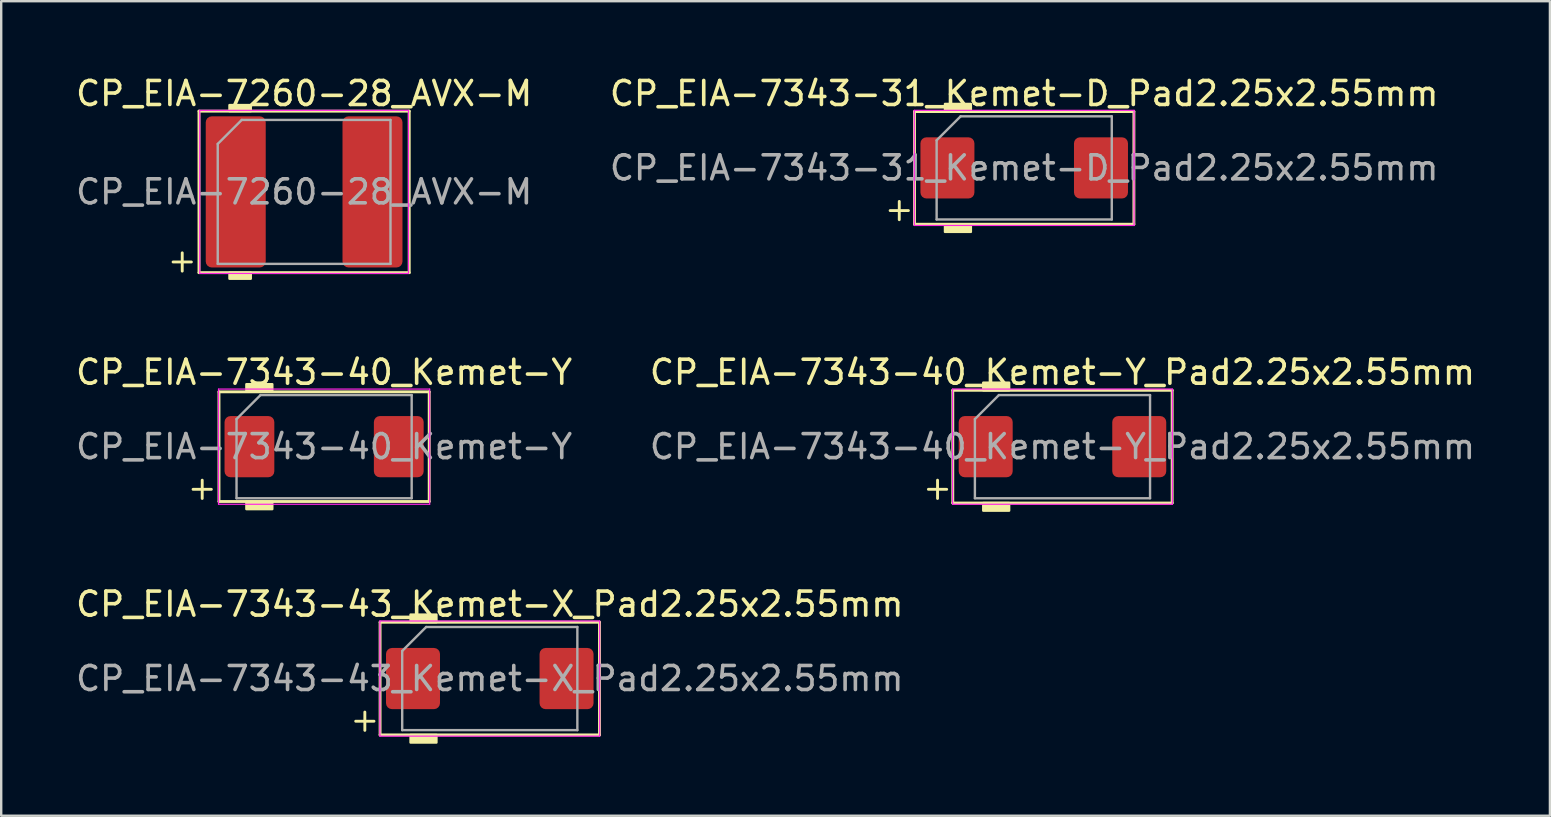
<source format=kicad_pcb>
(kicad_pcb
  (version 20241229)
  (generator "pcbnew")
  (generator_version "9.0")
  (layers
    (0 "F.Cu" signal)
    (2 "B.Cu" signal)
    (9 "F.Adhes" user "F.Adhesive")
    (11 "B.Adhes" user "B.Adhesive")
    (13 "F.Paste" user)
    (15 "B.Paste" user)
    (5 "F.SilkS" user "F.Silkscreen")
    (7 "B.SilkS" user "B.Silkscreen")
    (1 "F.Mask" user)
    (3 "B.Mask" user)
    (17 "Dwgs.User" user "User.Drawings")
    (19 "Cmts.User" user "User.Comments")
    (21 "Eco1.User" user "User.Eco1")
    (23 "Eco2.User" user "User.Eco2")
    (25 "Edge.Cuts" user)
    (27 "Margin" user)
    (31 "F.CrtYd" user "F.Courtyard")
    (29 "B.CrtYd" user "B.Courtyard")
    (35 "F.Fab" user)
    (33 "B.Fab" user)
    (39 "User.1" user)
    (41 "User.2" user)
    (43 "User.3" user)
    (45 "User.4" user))
  (footprint "CP_EIA-7343-31_Kemet-D_Pad2.25x2.55mm"
    (layer "F.Cu")
    (at 39.637 3.948)
    (property "Reference" "CP_EIA-7343-31_Kemet-D_Pad2.25x2.55mm" (at 0 -3.1 0) (layer "F.SilkS") (effects (font (size 1 1) (thickness 0.15))))
    (attr smd)
    (fp_line (start -5.588 1.778) (end -4.826 1.778) (stroke (width 0.12) (type solid)) (layer "F.SilkS"))
    (fp_line (start -5.207 1.397) (end -5.207 2.159) (stroke (width 0.12) (type solid)) (layer "F.SilkS"))
    (fp_line (start -4.572 -2.349) (end -4.572 2.349) (stroke (width 0.12) (type solid)) (layer "F.SilkS"))
    (fp_line (start -4.572 2.349) (end 4.572 2.349) (stroke (width 0.12) (type solid)) (layer "F.SilkS"))
    (fp_line (start 4.572 -2.349) (end -4.572 -2.349) (stroke (width 0.12) (type solid)) (layer "F.SilkS"))
    (fp_line (start 4.572 2.349) (end 4.572 -2.349) (stroke (width 0.12) (type solid)) (layer "F.SilkS"))
    (fp_poly (pts (xy -2.223 -2.349) (xy -3.302 -2.349) (xy -3.302 -2.667) (xy -2.223 -2.667)) (stroke (width 0.1) (type solid)) (fill yes) (layer "F.SilkS"))
    (fp_poly (pts (xy -2.223 2.667) (xy -3.302 2.667) (xy -3.302 2.349) (xy -2.223 2.349)) (stroke (width 0.1) (type solid)) (fill yes) (layer "F.SilkS"))
    (fp_line (start -4.58 -2.4) (end 4.58 -2.4) (stroke (width 0.05) (type solid)) (layer "F.CrtYd"))
    (fp_line (start -4.58 2.4) (end -4.58 -2.4) (stroke (width 0.05) (type solid)) (layer "F.CrtYd"))
    (fp_line (start 4.58 -2.4) (end 4.58 2.4) (stroke (width 0.05) (type solid)) (layer "F.CrtYd"))
    (fp_line (start 4.58 2.4) (end -4.58 2.4) (stroke (width 0.05) (type solid)) (layer "F.CrtYd"))
    (fp_line (start -3.65 -1.15) (end -3.65 2.15) (stroke (width 0.1) (type solid)) (layer "F.Fab"))
    (fp_line (start -3.65 2.15) (end 3.65 2.15) (stroke (width 0.1) (type solid)) (layer "F.Fab"))
    (fp_line (start -2.65 -2.15) (end -3.65 -1.15) (stroke (width 0.1) (type solid)) (layer "F.Fab"))
    (fp_line (start 3.65 -2.15) (end -2.65 -2.15) (stroke (width 0.1) (type solid)) (layer "F.Fab"))
    (fp_line (start 3.65 2.15) (end 3.65 -2.15) (stroke (width 0.1) (type solid)) (layer "F.Fab"))
    (fp_text user "${REFERENCE}" (at 0 0 0) (layer "F.Fab") (effects (font (size 1 1) (thickness 0.15))))
    (pad "1" smd roundrect (at -3.2 0) (size 2.25 2.55) (layers "F.Cu" "F.Mask" "F.Paste") (roundrect_rratio 0.111))
    (pad "2" smd roundrect (at 3.2 0) (size 2.25 2.55) (layers "F.Cu" "F.Mask" "F.Paste") (roundrect_rratio 0.111)))
  (footprint "CP_EIA-7343-43_Kemet-X_Pad2.25x2.55mm"
    (layer "F.Cu")
    (at 17.363 25.231)
    (property "Reference" "CP_EIA-7343-43_Kemet-X_Pad2.25x2.55mm" (at 0 -3.1 0) (layer "F.SilkS") (effects (font (size 1 1) (thickness 0.15))))
    (attr smd)
    (fp_line (start -5.588 1.778) (end -4.826 1.778) (stroke (width 0.12) (type solid)) (layer "F.SilkS"))
    (fp_line (start -5.207 1.397) (end -5.207 2.159) (stroke (width 0.12) (type solid)) (layer "F.SilkS"))
    (fp_line (start -4.572 -2.349) (end -4.572 2.349) (stroke (width 0.12) (type solid)) (layer "F.SilkS"))
    (fp_line (start -4.572 2.349) (end 4.572 2.349) (stroke (width 0.12) (type solid)) (layer "F.SilkS"))
    (fp_line (start 4.572 -2.349) (end -4.572 -2.349) (stroke (width 0.12) (type solid)) (layer "F.SilkS"))
    (fp_line (start 4.572 2.349) (end 4.572 -2.349) (stroke (width 0.12) (type solid)) (layer "F.SilkS"))
    (fp_poly (pts (xy -2.223 -2.349) (xy -3.302 -2.349) (xy -3.302 -2.667) (xy -2.223 -2.667)) (stroke (width 0.1) (type solid)) (fill yes) (layer "F.SilkS"))
    (fp_poly (pts (xy -2.223 2.667) (xy -3.302 2.667) (xy -3.302 2.349) (xy -2.223 2.349)) (stroke (width 0.1) (type solid)) (fill yes) (layer "F.SilkS"))
    (fp_line (start -4.58 -2.4) (end 4.58 -2.4) (stroke (width 0.05) (type solid)) (layer "F.CrtYd"))
    (fp_line (start -4.58 2.4) (end -4.58 -2.4) (stroke (width 0.05) (type solid)) (layer "F.CrtYd"))
    (fp_line (start 4.58 -2.4) (end 4.58 2.4) (stroke (width 0.05) (type solid)) (layer "F.CrtYd"))
    (fp_line (start 4.58 2.4) (end -4.58 2.4) (stroke (width 0.05) (type solid)) (layer "F.CrtYd"))
    (fp_line (start -3.65 -1.15) (end -3.65 2.15) (stroke (width 0.1) (type solid)) (layer "F.Fab"))
    (fp_line (start -3.65 2.15) (end 3.65 2.15) (stroke (width 0.1) (type solid)) (layer "F.Fab"))
    (fp_line (start -2.65 -2.15) (end -3.65 -1.15) (stroke (width 0.1) (type solid)) (layer "F.Fab"))
    (fp_line (start 3.65 -2.15) (end -2.65 -2.15) (stroke (width 0.1) (type solid)) (layer "F.Fab"))
    (fp_line (start 3.65 2.15) (end 3.65 -2.15) (stroke (width 0.1) (type solid)) (layer "F.Fab"))
    (fp_text user "${REFERENCE}" (at 0 0 0) (layer "F.Fab") (effects (font (size 1 1) (thickness 0.15))))
    (pad "1" smd roundrect (at -3.2 0) (size 2.25 2.55) (layers "F.Cu" "F.Mask" "F.Paste") (roundrect_rratio 0.111))
    (pad "2" smd roundrect (at 3.2 0) (size 2.25 2.55) (layers "F.Cu" "F.Mask" "F.Paste") (roundrect_rratio 0.111)))
  (footprint "CP_EIA-7343-40_Kemet-Y"
    (layer "F.Cu")
    (at 10.458 15.566)
    (property "Reference" "CP_EIA-7343-40_Kemet-Y" (at 0 -3.1 0) (layer "F.SilkS") (effects (font (size 1 1) (thickness 0.15))))
    (attr smd)
    (fp_line (start -5.461 1.778) (end -4.699 1.778) (stroke (width 0.12) (type solid)) (layer "F.SilkS"))
    (fp_line (start -5.08 1.397) (end -5.08 2.159) (stroke (width 0.12) (type solid)) (layer "F.SilkS"))
    (fp_line (start -4.381 -2.286) (end -4.381 2.286) (stroke (width 0.12) (type solid)) (layer "F.SilkS"))
    (fp_line (start -4.381 2.286) (end 4.381 2.286) (stroke (width 0.12) (type solid)) (layer "F.SilkS"))
    (fp_line (start 4.381 -2.286) (end -4.381 -2.286) (stroke (width 0.12) (type solid)) (layer "F.SilkS"))
    (fp_line (start 4.381 2.286) (end 4.381 -2.286) (stroke (width 0.12) (type solid)) (layer "F.SilkS"))
    (fp_poly (pts (xy -2.159 -2.286) (xy -3.239 -2.286) (xy -3.239 -2.603) (xy -2.159 -2.603)) (stroke (width 0.1) (type solid)) (fill yes) (layer "F.SilkS"))
    (fp_poly (pts (xy -2.159 2.603) (xy -3.239 2.603) (xy -3.239 2.286) (xy -2.159 2.286)) (stroke (width 0.1) (type solid)) (fill yes) (layer "F.SilkS"))
    (fp_line (start -4.4 -2.4) (end 4.4 -2.4) (stroke (width 0.05) (type solid)) (layer "F.CrtYd"))
    (fp_line (start -4.4 2.4) (end -4.4 -2.4) (stroke (width 0.05) (type solid)) (layer "F.CrtYd"))
    (fp_line (start 4.4 -2.4) (end 4.4 2.4) (stroke (width 0.05) (type solid)) (layer "F.CrtYd"))
    (fp_line (start 4.4 2.4) (end -4.4 2.4) (stroke (width 0.05) (type solid)) (layer "F.CrtYd"))
    (fp_line (start -3.65 -1.15) (end -3.65 2.15) (stroke (width 0.1) (type solid)) (layer "F.Fab"))
    (fp_line (start -3.65 2.15) (end 3.65 2.15) (stroke (width 0.1) (type solid)) (layer "F.Fab"))
    (fp_line (start -2.65 -2.15) (end -3.65 -1.15) (stroke (width 0.1) (type solid)) (layer "F.Fab"))
    (fp_line (start 3.65 -2.15) (end -2.65 -2.15) (stroke (width 0.1) (type solid)) (layer "F.Fab"))
    (fp_line (start 3.65 2.15) (end 3.65 -2.15) (stroke (width 0.1) (type solid)) (layer "F.Fab"))
    (fp_text user "${REFERENCE}" (at 0 0 0) (layer "F.Fab") (effects (font (size 1 1) (thickness 0.15))))
    (pad "1" smd roundrect (at -3.112 0) (size 2.075 2.55) (layers "F.Cu" "F.Mask" "F.Paste") (roundrect_rratio 0.12))
    (pad "2" smd roundrect (at 3.112 0) (size 2.075 2.55) (layers "F.Cu" "F.Mask" "F.Paste") (roundrect_rratio 0.12)))
  (footprint "CP_EIA-7260-28_AVX-M"
    (layer "F.Cu")
    (at 9.625 4.948)
    (property "Reference" "CP_EIA-7260-28_AVX-M" (at 0 -4.1 0) (layer "F.SilkS") (effects (font (size 1 1) (thickness 0.15))))
    (attr smd)
    (fp_line (start -5.461 2.921) (end -4.699 2.921) (stroke (width 0.12) (type solid)) (layer "F.SilkS"))
    (fp_line (start -5.08 2.54) (end -5.08 3.302) (stroke (width 0.12) (type solid)) (layer "F.SilkS"))
    (fp_line (start -4.381 -3.365) (end 4.381 -3.365) (stroke (width 0.12) (type solid)) (layer "F.SilkS"))
    (fp_line (start -4.381 3.365) (end -4.381 -3.365) (stroke (width 0.12) (type solid)) (layer "F.SilkS"))
    (fp_line (start 4.381 -3.365) (end 4.381 3.365) (stroke (width 0.12) (type solid)) (layer "F.SilkS"))
    (fp_line (start 4.381 3.365) (end -4.381 3.365) (stroke (width 0.12) (type solid)) (layer "F.SilkS"))
    (fp_poly (pts (xy -2.223 -3.365) (xy -3.111 -3.365) (xy -3.111 -3.619) (xy -2.223 -3.619)) (stroke (width 0.1) (type solid)) (fill yes) (layer "F.SilkS"))
    (fp_poly (pts (xy -2.223 3.619) (xy -3.111 3.619) (xy -3.111 3.365) (xy -2.223 3.365)) (stroke (width 0.1) (type solid)) (fill yes) (layer "F.SilkS"))
    (fp_line (start -4.35 -3.4) (end 4.35 -3.4) (stroke (width 0.05) (type solid)) (layer "F.CrtYd"))
    (fp_line (start -4.35 3.4) (end -4.35 -3.4) (stroke (width 0.05) (type solid)) (layer "F.CrtYd"))
    (fp_line (start 4.35 -3.4) (end 4.35 3.4) (stroke (width 0.05) (type solid)) (layer "F.CrtYd"))
    (fp_line (start 4.35 3.4) (end -4.35 3.4) (stroke (width 0.05) (type solid)) (layer "F.CrtYd"))
    (fp_line (start -3.6 -2) (end -3.6 3) (stroke (width 0.1) (type solid)) (layer "F.Fab"))
    (fp_line (start -3.6 3) (end 3.6 3) (stroke (width 0.1) (type solid)) (layer "F.Fab"))
    (fp_line (start -2.6 -3) (end -3.6 -2) (stroke (width 0.1) (type solid)) (layer "F.Fab"))
    (fp_line (start 3.6 -3) (end -2.6 -3) (stroke (width 0.1) (type solid)) (layer "F.Fab"))
    (fp_line (start 3.6 3) (end 3.6 -3) (stroke (width 0.1) (type solid)) (layer "F.Fab"))
    (fp_text user "${REFERENCE}" (at 0 0 0) (layer "F.Fab") (effects (font (size 1 1) (thickness 0.15))))
    (pad "1" smd roundrect (at -2.85 0) (size 2.5 6.3) (layers "F.Cu" "F.Mask" "F.Paste") (roundrect_rratio 0.1))
    (pad "2" smd roundrect (at 2.85 0) (size 2.5 6.3) (layers "F.Cu" "F.Mask" "F.Paste") (roundrect_rratio 0.1)))
  (footprint "CP_EIA-7343-40_Kemet-Y_Pad2.25x2.55mm"
    (layer "F.Cu")
    (at 41.232 15.566)
    (property "Reference" "CP_EIA-7343-40_Kemet-Y_Pad2.25x2.55mm" (at 0 -3.1 0) (layer "F.SilkS") (effects (font (size 1 1) (thickness 0.15))))
    (attr smd)
    (fp_line (start -5.588 1.778) (end -4.826 1.778) (stroke (width 0.12) (type solid)) (layer "F.SilkS"))
    (fp_line (start -5.207 1.397) (end -5.207 2.159) (stroke (width 0.12) (type solid)) (layer "F.SilkS"))
    (fp_line (start -4.572 -2.349) (end -4.572 2.349) (stroke (width 0.12) (type solid)) (layer "F.SilkS"))
    (fp_line (start -4.572 2.349) (end 4.572 2.349) (stroke (width 0.12) (type solid)) (layer "F.SilkS"))
    (fp_line (start 4.572 -2.349) (end -4.572 -2.349) (stroke (width 0.12) (type solid)) (layer "F.SilkS"))
    (fp_line (start 4.572 2.349) (end 4.572 -2.349) (stroke (width 0.12) (type solid)) (layer "F.SilkS"))
    (fp_poly (pts (xy -2.223 -2.349) (xy -3.302 -2.349) (xy -3.302 -2.667) (xy -2.223 -2.667)) (stroke (width 0.1) (type solid)) (fill yes) (layer "F.SilkS"))
    (fp_poly (pts (xy -2.223 2.667) (xy -3.302 2.667) (xy -3.302 2.349) (xy -2.223 2.349)) (stroke (width 0.1) (type solid)) (fill yes) (layer "F.SilkS"))
    (fp_line (start -4.58 -2.4) (end 4.58 -2.4) (stroke (width 0.05) (type solid)) (layer "F.CrtYd"))
    (fp_line (start -4.58 2.4) (end -4.58 -2.4) (stroke (width 0.05) (type solid)) (layer "F.CrtYd"))
    (fp_line (start 4.58 -2.4) (end 4.58 2.4) (stroke (width 0.05) (type solid)) (layer "F.CrtYd"))
    (fp_line (start 4.58 2.4) (end -4.58 2.4) (stroke (width 0.05) (type solid)) (layer "F.CrtYd"))
    (fp_line (start -3.65 -1.15) (end -3.65 2.15) (stroke (width 0.1) (type solid)) (layer "F.Fab"))
    (fp_line (start -3.65 2.15) (end 3.65 2.15) (stroke (width 0.1) (type solid)) (layer "F.Fab"))
    (fp_line (start -2.65 -2.15) (end -3.65 -1.15) (stroke (width 0.1) (type solid)) (layer "F.Fab"))
    (fp_line (start 3.65 -2.15) (end -2.65 -2.15) (stroke (width 0.1) (type solid)) (layer "F.Fab"))
    (fp_line (start 3.65 2.15) (end 3.65 -2.15) (stroke (width 0.1) (type solid)) (layer "F.Fab"))
    (fp_text user "${REFERENCE}" (at 0 0 0) (layer "F.Fab") (effects (font (size 1 1) (thickness 0.15))))
    (pad "1" smd roundrect (at -3.2 0) (size 2.25 2.55) (layers "F.Cu" "F.Mask" "F.Paste") (roundrect_rratio 0.111))
    (pad "2" smd roundrect (at 3.2 0) (size 2.25 2.55) (layers "F.Cu" "F.Mask" "F.Paste") (roundrect_rratio 0.111)))
  (gr_rect
    (start -3 -3)
    (end 61.548 30.948)
    (stroke (width 0.1) (type default))
    (fill no)
    (layer "Edge.Cuts")))
</source>
